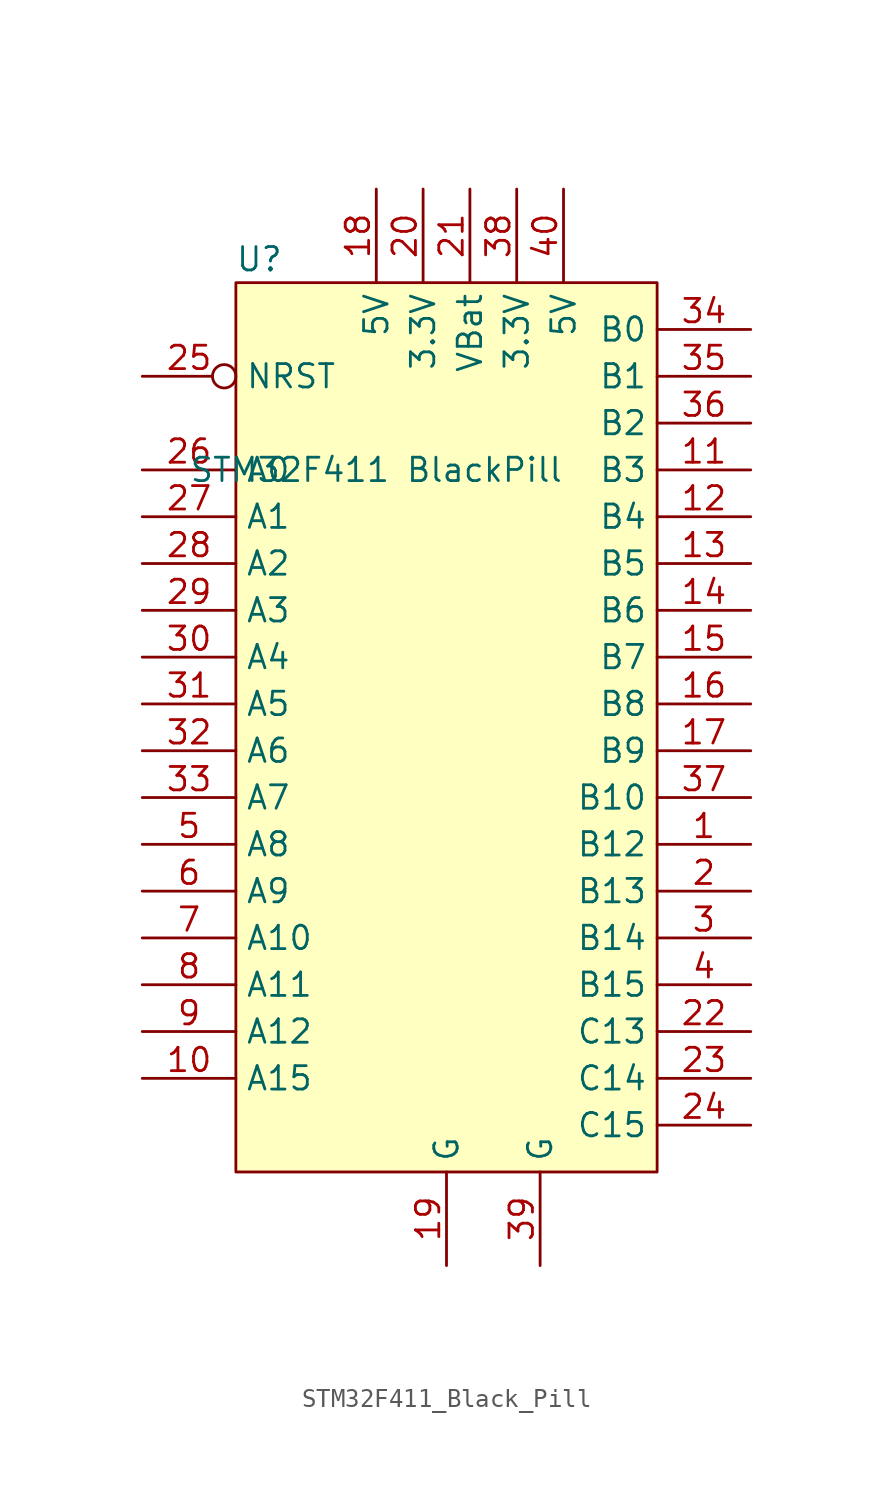
<source format=kicad_sym>
(kicad_symbol_lib
  (version 20231120)
  (generator "kicad_symbol_editor")
  (generator_version "8.0")
  (symbol "STM32F411_Black_Pill"
    (property "Reference" "U"
      (at -10.16 25.4 0)
      (effects (font (size 1.27 1.27))))
    (property "Value" "STM32F411 BlackPill"
      (at -3.81 13.97 0)
      (effects (font (size 1.27 1.27))))
    (symbol "STM32F411_Black_Pill_1_1"
      (rectangle (start -11.43 24.13) (end 11.43 -24.13) (stroke (width 0) (type default)) (fill (type background)))
      (pin bidirectional line (at 16.51 -6.35 180) (length 5.08) (name "B12" (effects (font (size 1.27 1.27)))) (number "1" (effects (font (size 1.27 1.27)))))
      (pin bidirectional line (at -16.51 -19.05 0) (length 5.08) (name "A15" (effects (font (size 1.27 1.27)))) (number "10" (effects (font (size 1.27 1.27)))))
      (pin bidirectional line (at 16.51 13.97 180) (length 5.08) (name "B3" (effects (font (size 1.27 1.27)))) (number "11" (effects (font (size 1.27 1.27)))))
      (pin bidirectional line (at 16.51 11.43 180) (length 5.08) (name "B4" (effects (font (size 1.27 1.27)))) (number "12" (effects (font (size 1.27 1.27)))))
      (pin bidirectional line (at 16.51 8.89 180) (length 5.08) (name "B5" (effects (font (size 1.27 1.27)))) (number "13" (effects (font (size 1.27 1.27)))))
      (pin bidirectional line (at 16.51 6.35 180) (length 5.08) (name "B6" (effects (font (size 1.27 1.27)))) (number "14" (effects (font (size 1.27 1.27)))))
      (pin bidirectional line (at 16.51 3.81 180) (length 5.08) (name "B7" (effects (font (size 1.27 1.27)))) (number "15" (effects (font (size 1.27 1.27)))))
      (pin bidirectional line (at 16.51 1.27 180) (length 5.08) (name "B8" (effects (font (size 1.27 1.27)))) (number "16" (effects (font (size 1.27 1.27)))))
      (pin bidirectional line (at 16.51 -1.27 180) (length 5.08) (name "B9" (effects (font (size 1.27 1.27)))) (number "17" (effects (font (size 1.27 1.27)))))
      (pin bidirectional line (at -3.81 29.21 270) (length 5.08) (name "5V" (effects (font (size 1.27 1.27)))) (number "18" (effects (font (size 1.27 1.27)))))
      (pin bidirectional line (at 0 -29.21 90) (length 5.08) (name "G" (effects (font (size 1.27 1.27)))) (number "19" (effects (font (size 1.27 1.27)))))
      (pin bidirectional line (at 16.51 -8.89 180) (length 5.08) (name "B13" (effects (font (size 1.27 1.27)))) (number "2" (effects (font (size 1.27 1.27)))))
      (pin bidirectional line (at -1.27 29.21 270) (length 5.08) (name "3.3V" (effects (font (size 1.27 1.27)))) (number "20" (effects (font (size 1.27 1.27)))))
      (pin bidirectional line (at 1.27 29.21 270) (length 5.08) (name "VBat" (effects (font (size 1.27 1.27)))) (number "21" (effects (font (size 1.27 1.27)))))
      (pin bidirectional line (at 16.51 -16.51 180) (length 5.08) (name "C13" (effects (font (size 1.27 1.27)))) (number "22" (effects (font (size 1.27 1.27)))))
      (pin bidirectional line (at 16.51 -19.05 180) (length 5.08) (name "C14" (effects (font (size 1.27 1.27)))) (number "23" (effects (font (size 1.27 1.27)))))
      (pin bidirectional line (at 16.51 -21.59 180) (length 5.08) (name "C15" (effects (font (size 1.27 1.27)))) (number "24" (effects (font (size 1.27 1.27)))))
      (pin bidirectional inverted (at -16.51 19.05 0) (length 5.08) (name "NRST" (effects (font (size 1.27 1.27)))) (number "25" (effects (font (size 1.27 1.27)))))
      (pin bidirectional line (at -16.51 13.97 0) (length 5.08) (name "A0" (effects (font (size 1.27 1.27)))) (number "26" (effects (font (size 1.27 1.27)))))
      (pin bidirectional line (at -16.51 11.43 0) (length 5.08) (name "A1" (effects (font (size 1.27 1.27)))) (number "27" (effects (font (size 1.27 1.27)))))
      (pin bidirectional line (at -16.51 8.89 0) (length 5.08) (name "A2" (effects (font (size 1.27 1.27)))) (number "28" (effects (font (size 1.27 1.27)))))
      (pin bidirectional line (at -16.51 6.35 0) (length 5.08) (name "A3" (effects (font (size 1.27 1.27)))) (number "29" (effects (font (size 1.27 1.27)))))
      (pin bidirectional line (at 16.51 -11.43 180) (length 5.08) (name "B14" (effects (font (size 1.27 1.27)))) (number "3" (effects (font (size 1.27 1.27)))))
      (pin bidirectional line (at -16.51 3.81 0) (length 5.08) (name "A4" (effects (font (size 1.27 1.27)))) (number "30" (effects (font (size 1.27 1.27)))))
      (pin bidirectional line (at -16.51 1.27 0) (length 5.08) (name "A5" (effects (font (size 1.27 1.27)))) (number "31" (effects (font (size 1.27 1.27)))))
      (pin bidirectional line (at -16.51 -1.27 0) (length 5.08) (name "A6" (effects (font (size 1.27 1.27)))) (number "32" (effects (font (size 1.27 1.27)))))
      (pin bidirectional line (at -16.51 -3.81 0) (length 5.08) (name "A7" (effects (font (size 1.27 1.27)))) (number "33" (effects (font (size 1.27 1.27)))))
      (pin bidirectional line (at 16.51 21.59 180) (length 5.08) (name "B0" (effects (font (size 1.27 1.27)))) (number "34" (effects (font (size 1.27 1.27)))))
      (pin bidirectional line (at 16.51 19.05 180) (length 5.08) (name "B1" (effects (font (size 1.27 1.27)))) (number "35" (effects (font (size 1.27 1.27)))))
      (pin bidirectional line (at 16.51 16.51 180) (length 5.08) (name "B2" (effects (font (size 1.27 1.27)))) (number "36" (effects (font (size 1.27 1.27)))))
      (pin bidirectional line (at 16.51 -3.81 180) (length 5.08) (name "B10" (effects (font (size 1.27 1.27)))) (number "37" (effects (font (size 1.27 1.27)))))
      (pin bidirectional line (at 3.81 29.21 270) (length 5.08) (name "3.3V" (effects (font (size 1.27 1.27)))) (number "38" (effects (font (size 1.27 1.27)))))
      (pin bidirectional line (at 5.08 -29.21 90) (length 5.08) (name "G" (effects (font (size 1.27 1.27)))) (number "39" (effects (font (size 1.27 1.27)))))
      (pin bidirectional line (at 16.51 -13.97 180) (length 5.08) (name "B15" (effects (font (size 1.27 1.27)))) (number "4" (effects (font (size 1.27 1.27)))))
      (pin bidirectional line (at 6.35 29.21 270) (length 5.08) (name "5V" (effects (font (size 1.27 1.27)))) (number "40" (effects (font (size 1.27 1.27)))))
      (pin bidirectional line (at -16.51 -6.35 0) (length 5.08) (name "A8" (effects (font (size 1.27 1.27)))) (number "5" (effects (font (size 1.27 1.27)))))
      (pin bidirectional line (at -16.51 -8.89 0) (length 5.08) (name "A9" (effects (font (size 1.27 1.27)))) (number "6" (effects (font (size 1.27 1.27)))))
      (pin bidirectional line (at -16.51 -11.43 0) (length 5.08) (name "A10" (effects (font (size 1.27 1.27)))) (number "7" (effects (font (size 1.27 1.27)))))
      (pin bidirectional line (at -16.51 -13.97 0) (length 5.08) (name "A11" (effects (font (size 1.27 1.27)))) (number "8" (effects (font (size 1.27 1.27)))))
      (pin bidirectional line (at -16.51 -16.51 0) (length 5.08) (name "A12" (effects (font (size 1.27 1.27)))) (number "9" (effects (font (size 1.27 1.27))))))))
</source>
